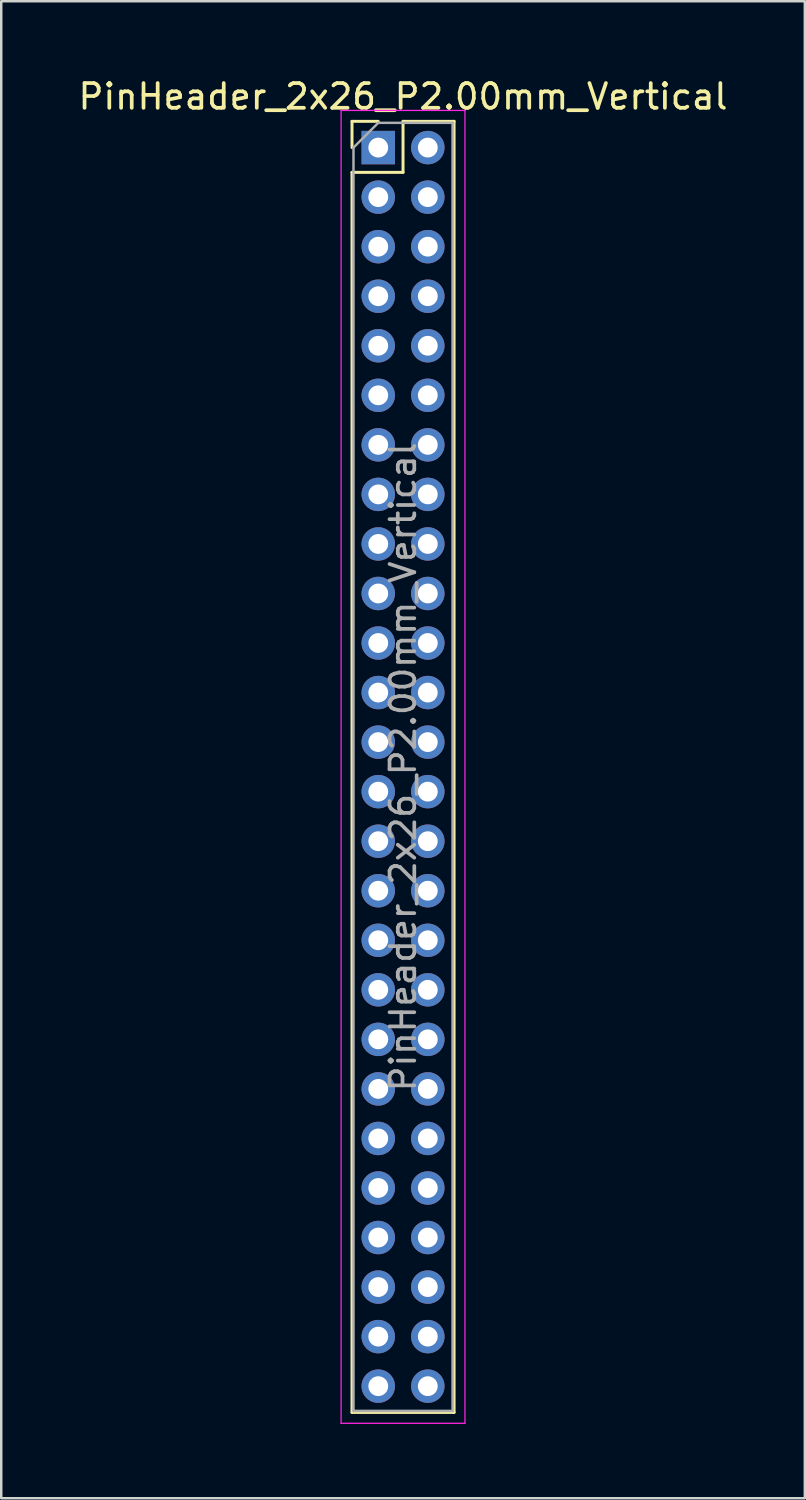
<source format=kicad_pcb>
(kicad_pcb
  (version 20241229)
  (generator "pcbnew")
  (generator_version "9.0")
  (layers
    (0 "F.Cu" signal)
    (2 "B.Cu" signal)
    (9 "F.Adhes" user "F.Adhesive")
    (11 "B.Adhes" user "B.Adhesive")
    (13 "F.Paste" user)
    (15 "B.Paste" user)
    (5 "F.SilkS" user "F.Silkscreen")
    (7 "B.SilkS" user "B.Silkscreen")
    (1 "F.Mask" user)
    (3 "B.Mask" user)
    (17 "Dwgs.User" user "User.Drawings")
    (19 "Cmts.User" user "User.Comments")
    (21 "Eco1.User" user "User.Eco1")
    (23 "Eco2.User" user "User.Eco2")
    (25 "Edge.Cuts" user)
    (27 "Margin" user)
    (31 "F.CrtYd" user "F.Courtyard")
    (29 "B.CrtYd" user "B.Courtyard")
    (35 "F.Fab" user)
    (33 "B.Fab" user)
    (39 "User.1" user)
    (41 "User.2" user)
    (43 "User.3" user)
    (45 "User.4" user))
  (footprint "PinHeader_2x26_P2.00mm_Vertical"
    (layer "F.Cu")
    (at 12.22 2.908)
    (property "Reference" "PinHeader_2x26_P2.00mm_Vertical" (at 1 -2.06 0) (layer "F.SilkS") (effects (font (size 1 1) (thickness 0.15))))
    (attr through_hole)
    (fp_line (start -1.06 -1.06) (end 0 -1.06) (stroke (width 0.12) (type solid)) (layer "F.SilkS"))
    (fp_line (start -1.06 0) (end -1.06 -1.06) (stroke (width 0.12) (type solid)) (layer "F.SilkS"))
    (fp_line (start -1.06 1) (end -1.06 51.06) (stroke (width 0.12) (type solid)) (layer "F.SilkS"))
    (fp_line (start -1.06 1) (end 1 1) (stroke (width 0.12) (type solid)) (layer "F.SilkS"))
    (fp_line (start -1.06 51.06) (end 3.06 51.06) (stroke (width 0.12) (type solid)) (layer "F.SilkS"))
    (fp_line (start 1 -1.06) (end 3.06 -1.06) (stroke (width 0.12) (type solid)) (layer "F.SilkS"))
    (fp_line (start 1 1) (end 1 -1.06) (stroke (width 0.12) (type solid)) (layer "F.SilkS"))
    (fp_line (start 3.06 -1.06) (end 3.06 51.06) (stroke (width 0.12) (type solid)) (layer "F.SilkS"))
    (fp_line (start -1.5 -1.5) (end -1.5 51.5) (stroke (width 0.05) (type solid)) (layer "F.CrtYd"))
    (fp_line (start -1.5 51.5) (end 3.5 51.5) (stroke (width 0.05) (type solid)) (layer "F.CrtYd"))
    (fp_line (start 3.5 -1.5) (end -1.5 -1.5) (stroke (width 0.05) (type solid)) (layer "F.CrtYd"))
    (fp_line (start 3.5 51.5) (end 3.5 -1.5) (stroke (width 0.05) (type solid)) (layer "F.CrtYd"))
    (fp_line (start -1 0) (end 0 -1) (stroke (width 0.1) (type solid)) (layer "F.Fab"))
    (fp_line (start -1 51) (end -1 0) (stroke (width 0.1) (type solid)) (layer "F.Fab"))
    (fp_line (start 0 -1) (end 3 -1) (stroke (width 0.1) (type solid)) (layer "F.Fab"))
    (fp_line (start 3 -1) (end 3 51) (stroke (width 0.1) (type solid)) (layer "F.Fab"))
    (fp_line (start 3 51) (end -1 51) (stroke (width 0.1) (type solid)) (layer "F.Fab"))
    (fp_text user "${REFERENCE}" (at 1 25 90) (layer "F.Fab") (effects (font (size 1 1) (thickness 0.15))))
    (pad "1" thru_hole rect (at 0 0) (size 1.35 1.35) (drill 0.8) (layers "*.Cu" "*.Mask"))
    (pad "2" thru_hole oval (at 2 0) (size 1.35 1.35) (drill 0.8) (layers "*.Cu" "*.Mask"))
    (pad "3" thru_hole oval (at 0 2) (size 1.35 1.35) (drill 0.8) (layers "*.Cu" "*.Mask"))
    (pad "4" thru_hole oval (at 2 2) (size 1.35 1.35) (drill 0.8) (layers "*.Cu" "*.Mask"))
    (pad "5" thru_hole oval (at 0 4) (size 1.35 1.35) (drill 0.8) (layers "*.Cu" "*.Mask"))
    (pad "6" thru_hole oval (at 2 4) (size 1.35 1.35) (drill 0.8) (layers "*.Cu" "*.Mask"))
    (pad "7" thru_hole oval (at 0 6) (size 1.35 1.35) (drill 0.8) (layers "*.Cu" "*.Mask"))
    (pad "8" thru_hole oval (at 2 6) (size 1.35 1.35) (drill 0.8) (layers "*.Cu" "*.Mask"))
    (pad "9" thru_hole oval (at 0 8) (size 1.35 1.35) (drill 0.8) (layers "*.Cu" "*.Mask"))
    (pad "10" thru_hole oval (at 2 8) (size 1.35 1.35) (drill 0.8) (layers "*.Cu" "*.Mask"))
    (pad "11" thru_hole oval (at 0 10) (size 1.35 1.35) (drill 0.8) (layers "*.Cu" "*.Mask"))
    (pad "12" thru_hole oval (at 2 10) (size 1.35 1.35) (drill 0.8) (layers "*.Cu" "*.Mask"))
    (pad "13" thru_hole oval (at 0 12) (size 1.35 1.35) (drill 0.8) (layers "*.Cu" "*.Mask"))
    (pad "14" thru_hole oval (at 2 12) (size 1.35 1.35) (drill 0.8) (layers "*.Cu" "*.Mask"))
    (pad "15" thru_hole oval (at 0 14) (size 1.35 1.35) (drill 0.8) (layers "*.Cu" "*.Mask"))
    (pad "16" thru_hole oval (at 2 14) (size 1.35 1.35) (drill 0.8) (layers "*.Cu" "*.Mask"))
    (pad "17" thru_hole oval (at 0 16) (size 1.35 1.35) (drill 0.8) (layers "*.Cu" "*.Mask"))
    (pad "18" thru_hole oval (at 2 16) (size 1.35 1.35) (drill 0.8) (layers "*.Cu" "*.Mask"))
    (pad "19" thru_hole oval (at 0 18) (size 1.35 1.35) (drill 0.8) (layers "*.Cu" "*.Mask"))
    (pad "20" thru_hole oval (at 2 18) (size 1.35 1.35) (drill 0.8) (layers "*.Cu" "*.Mask"))
    (pad "21" thru_hole oval (at 0 20) (size 1.35 1.35) (drill 0.8) (layers "*.Cu" "*.Mask"))
    (pad "22" thru_hole oval (at 2 20) (size 1.35 1.35) (drill 0.8) (layers "*.Cu" "*.Mask"))
    (pad "23" thru_hole oval (at 0 22) (size 1.35 1.35) (drill 0.8) (layers "*.Cu" "*.Mask"))
    (pad "24" thru_hole oval (at 2 22) (size 1.35 1.35) (drill 0.8) (layers "*.Cu" "*.Mask"))
    (pad "25" thru_hole oval (at 0 24) (size 1.35 1.35) (drill 0.8) (layers "*.Cu" "*.Mask"))
    (pad "26" thru_hole oval (at 2 24) (size 1.35 1.35) (drill 0.8) (layers "*.Cu" "*.Mask"))
    (pad "27" thru_hole oval (at 0 26) (size 1.35 1.35) (drill 0.8) (layers "*.Cu" "*.Mask"))
    (pad "28" thru_hole oval (at 2 26) (size 1.35 1.35) (drill 0.8) (layers "*.Cu" "*.Mask"))
    (pad "29" thru_hole oval (at 0 28) (size 1.35 1.35) (drill 0.8) (layers "*.Cu" "*.Mask"))
    (pad "30" thru_hole oval (at 2 28) (size 1.35 1.35) (drill 0.8) (layers "*.Cu" "*.Mask"))
    (pad "31" thru_hole oval (at 0 30) (size 1.35 1.35) (drill 0.8) (layers "*.Cu" "*.Mask"))
    (pad "32" thru_hole oval (at 2 30) (size 1.35 1.35) (drill 0.8) (layers "*.Cu" "*.Mask"))
    (pad "33" thru_hole oval (at 0 32) (size 1.35 1.35) (drill 0.8) (layers "*.Cu" "*.Mask"))
    (pad "34" thru_hole oval (at 2 32) (size 1.35 1.35) (drill 0.8) (layers "*.Cu" "*.Mask"))
    (pad "35" thru_hole oval (at 0 34) (size 1.35 1.35) (drill 0.8) (layers "*.Cu" "*.Mask"))
    (pad "36" thru_hole oval (at 2 34) (size 1.35 1.35) (drill 0.8) (layers "*.Cu" "*.Mask"))
    (pad "37" thru_hole oval (at 0 36) (size 1.35 1.35) (drill 0.8) (layers "*.Cu" "*.Mask"))
    (pad "38" thru_hole oval (at 2 36) (size 1.35 1.35) (drill 0.8) (layers "*.Cu" "*.Mask"))
    (pad "39" thru_hole oval (at 0 38) (size 1.35 1.35) (drill 0.8) (layers "*.Cu" "*.Mask"))
    (pad "40" thru_hole oval (at 2 38) (size 1.35 1.35) (drill 0.8) (layers "*.Cu" "*.Mask"))
    (pad "41" thru_hole oval (at 0 40) (size 1.35 1.35) (drill 0.8) (layers "*.Cu" "*.Mask"))
    (pad "42" thru_hole oval (at 2 40) (size 1.35 1.35) (drill 0.8) (layers "*.Cu" "*.Mask"))
    (pad "43" thru_hole oval (at 0 42) (size 1.35 1.35) (drill 0.8) (layers "*.Cu" "*.Mask"))
    (pad "44" thru_hole oval (at 2 42) (size 1.35 1.35) (drill 0.8) (layers "*.Cu" "*.Mask"))
    (pad "45" thru_hole oval (at 0 44) (size 1.35 1.35) (drill 0.8) (layers "*.Cu" "*.Mask"))
    (pad "46" thru_hole oval (at 2 44) (size 1.35 1.35) (drill 0.8) (layers "*.Cu" "*.Mask"))
    (pad "47" thru_hole oval (at 0 46) (size 1.35 1.35) (drill 0.8) (layers "*.Cu" "*.Mask"))
    (pad "48" thru_hole oval (at 2 46) (size 1.35 1.35) (drill 0.8) (layers "*.Cu" "*.Mask"))
    (pad "49" thru_hole oval (at 0 48) (size 1.35 1.35) (drill 0.8) (layers "*.Cu" "*.Mask"))
    (pad "50" thru_hole oval (at 2 48) (size 1.35 1.35) (drill 0.8) (layers "*.Cu" "*.Mask"))
    (pad "51" thru_hole oval (at 0 50) (size 1.35 1.35) (drill 0.8) (layers "*.Cu" "*.Mask"))
    (pad "52" thru_hole oval (at 2 50) (size 1.35 1.35) (drill 0.8) (layers "*.Cu" "*.Mask")))
  (gr_rect
    (start -3 -3)
    (end 29.44 57.433)
    (stroke (width 0.1) (type default))
    (fill no)
    (layer "Edge.Cuts")))
</source>
